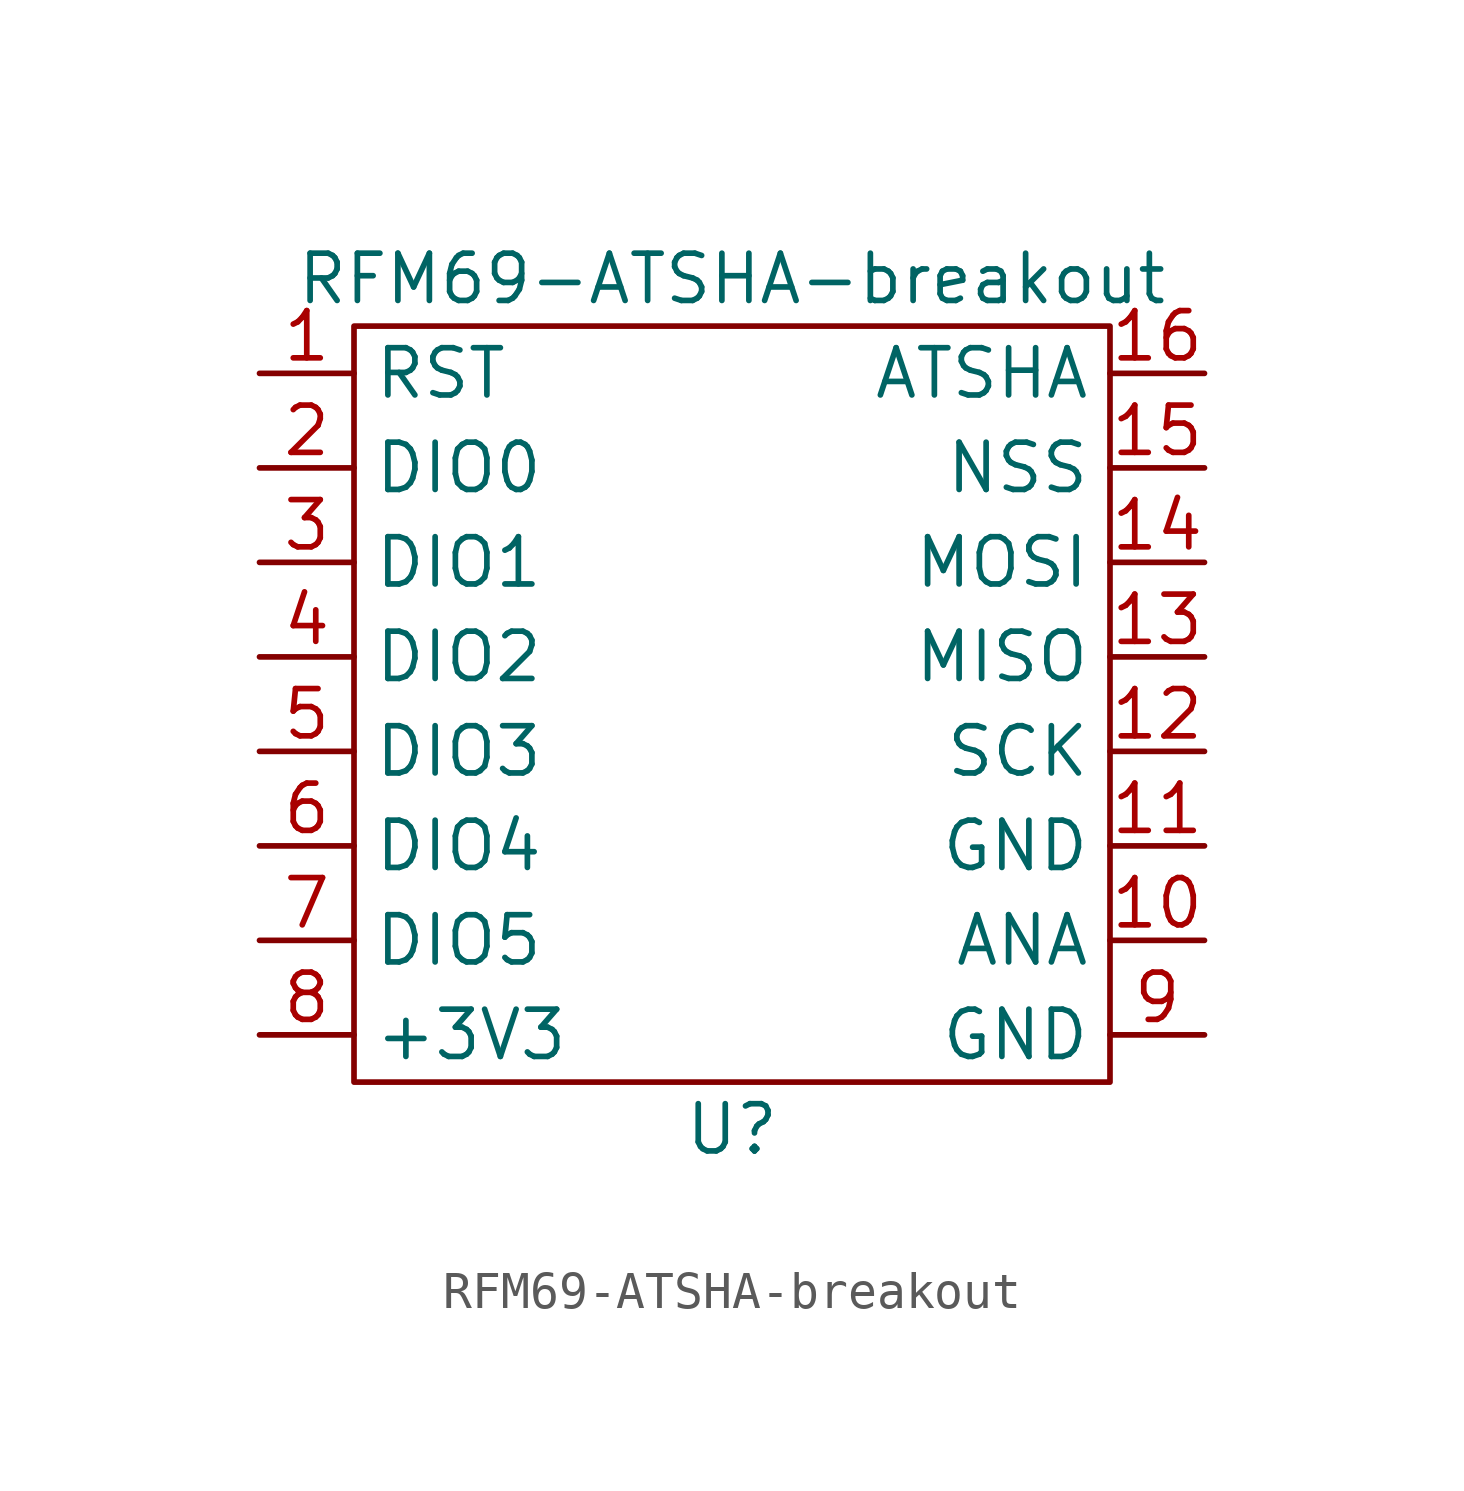
<source format=kicad_sym>
(kicad_symbol_lib
  (version 20211014)
  (generator kicad_symbol_editor)
  (symbol "RFM69-ATSHA-breakout"
    (property "Reference" "U"
      (at 0 -7.62 0)
      (effects (font (size 1.27 1.27))))
    (property "Value" "RFM69-ATSHA-breakout"
      (at 0 15.24 0)
      (effects (font (size 1.27 1.27))))
    (symbol "RFM69-ATSHA-breakout_0_1"
      (rectangle (start -10.16 13.97) (end 10.16 -6.35) (stroke (width 0) (type default) (color 0 0 0 0)) (fill (type none))))
    (symbol "RFM69-ATSHA-breakout_1_1"
      (pin input line (at -12.7 12.7 0) (length 2.54) (name "RST" (effects (font (size 1.27 1.27)))) (number "1" (effects (font (size 1.27 1.27)))))
      (pin output line (at 12.7 -2.54 180) (length 2.54) (name "ANA" (effects (font (size 1.27 1.27)))) (number "10" (effects (font (size 1.27 1.27)))))
      (pin power_in line (at 12.7 0 180) (length 2.54) (name "GND" (effects (font (size 1.27 1.27)))) (number "11" (effects (font (size 1.27 1.27)))))
      (pin bidirectional line (at 12.7 2.54 180) (length 2.54) (name "SCK" (effects (font (size 1.27 1.27)))) (number "12" (effects (font (size 1.27 1.27)))))
      (pin bidirectional line (at 12.7 5.08 180) (length 2.54) (name "MISO" (effects (font (size 1.27 1.27)))) (number "13" (effects (font (size 1.27 1.27)))))
      (pin bidirectional line (at 12.7 7.62 180) (length 2.54) (name "MOSI" (effects (font (size 1.27 1.27)))) (number "14" (effects (font (size 1.27 1.27)))))
      (pin bidirectional line (at 12.7 10.16 180) (length 2.54) (name "NSS" (effects (font (size 1.27 1.27)))) (number "15" (effects (font (size 1.27 1.27)))))
      (pin bidirectional line (at 12.7 12.7 180) (length 2.54) (name "ATSHA" (effects (font (size 1.27 1.27)))) (number "16" (effects (font (size 1.27 1.27)))))
      (pin bidirectional line (at -12.7 10.16 0) (length 2.54) (name "DIO0" (effects (font (size 1.27 1.27)))) (number "2" (effects (font (size 1.27 1.27)))))
      (pin bidirectional line (at -12.7 7.62 0) (length 2.54) (name "DIO1" (effects (font (size 1.27 1.27)))) (number "3" (effects (font (size 1.27 1.27)))))
      (pin bidirectional line (at -12.7 5.08 0) (length 2.54) (name "DIO2" (effects (font (size 1.27 1.27)))) (number "4" (effects (font (size 1.27 1.27)))))
      (pin bidirectional line (at -12.7 2.54 0) (length 2.54) (name "DIO3" (effects (font (size 1.27 1.27)))) (number "5" (effects (font (size 1.27 1.27)))))
      (pin bidirectional line (at -12.7 0 0) (length 2.54) (name "DIO4" (effects (font (size 1.27 1.27)))) (number "6" (effects (font (size 1.27 1.27)))))
      (pin bidirectional line (at -12.7 -2.54 0) (length 2.54) (name "DIO5" (effects (font (size 1.27 1.27)))) (number "7" (effects (font (size 1.27 1.27)))))
      (pin power_in line (at -12.7 -5.08 0) (length 2.54) (name "+3V3" (effects (font (size 1.27 1.27)))) (number "8" (effects (font (size 1.27 1.27)))))
      (pin power_in line (at 12.7 -5.08 180) (length 2.54) (name "GND" (effects (font (size 1.27 1.27)))) (number "9" (effects (font (size 1.27 1.27))))))))
</source>
